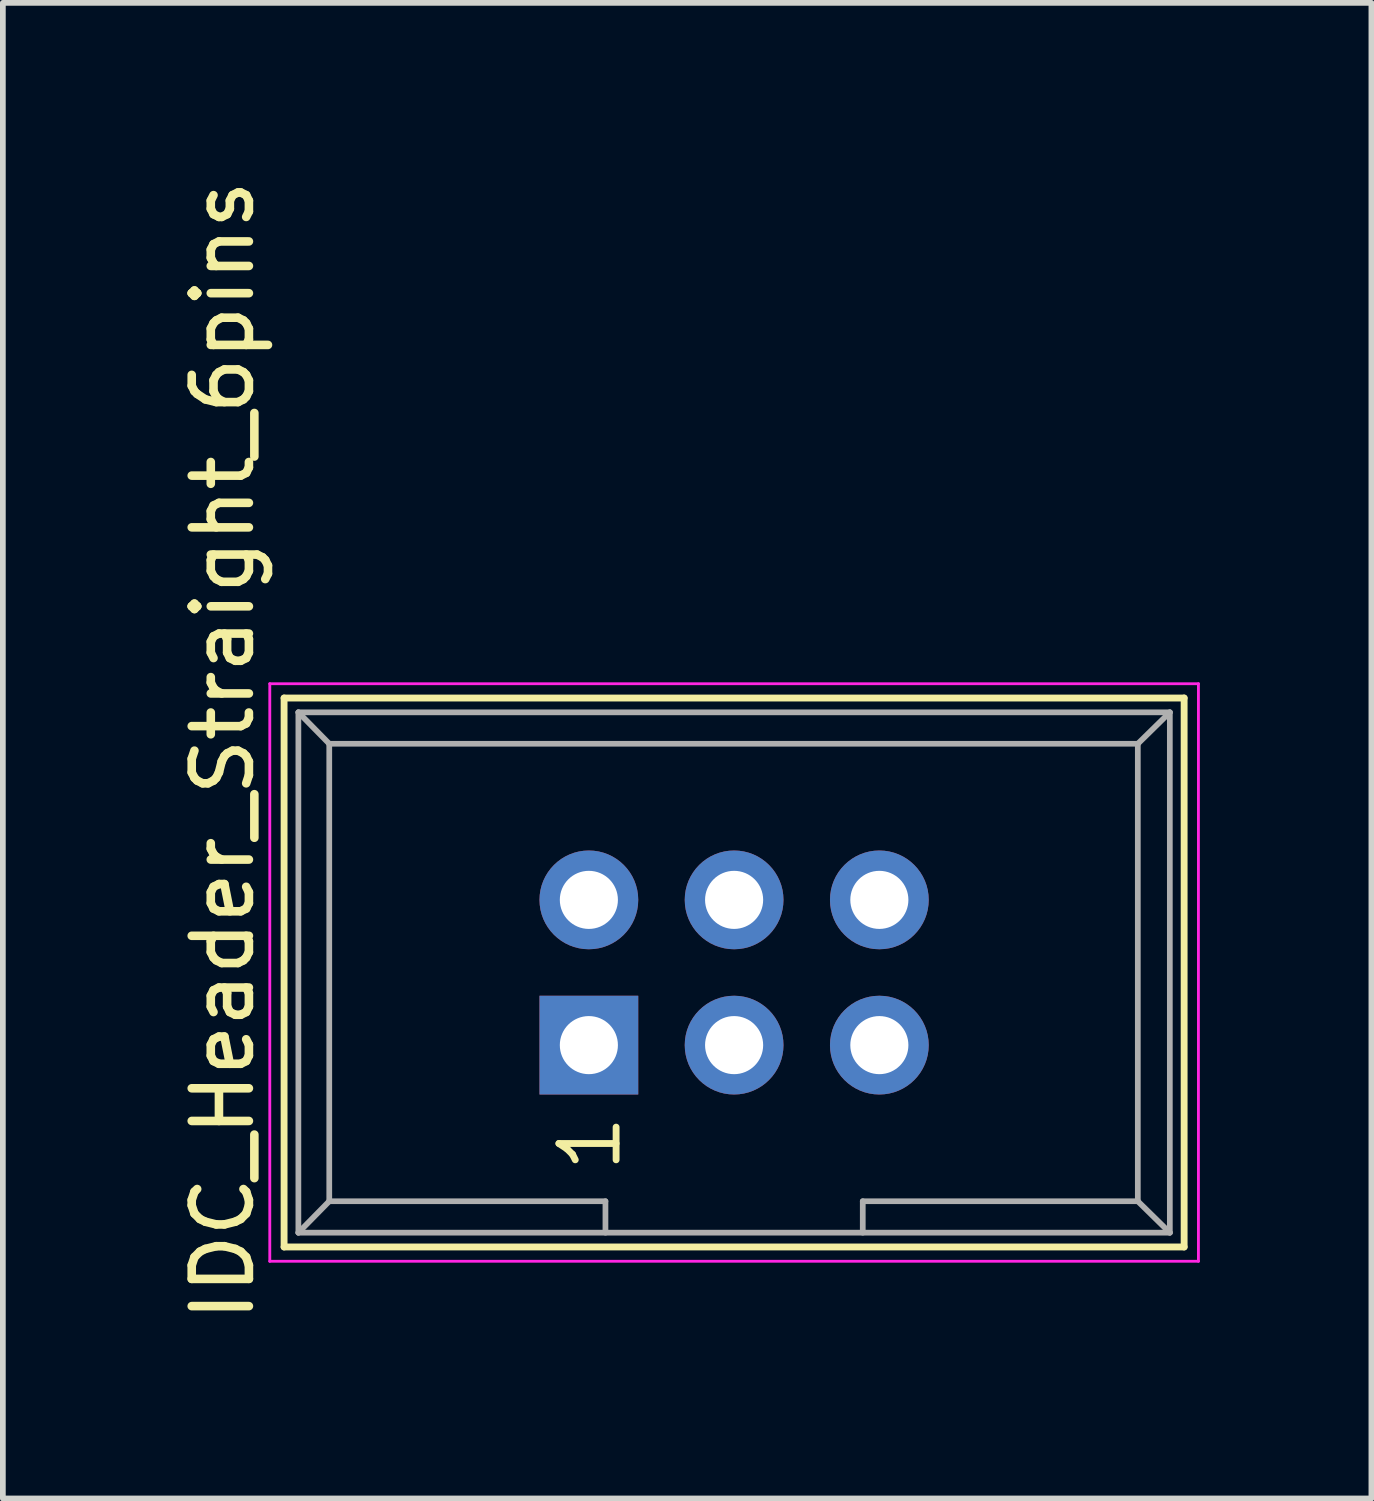
<source format=kicad_pcb>
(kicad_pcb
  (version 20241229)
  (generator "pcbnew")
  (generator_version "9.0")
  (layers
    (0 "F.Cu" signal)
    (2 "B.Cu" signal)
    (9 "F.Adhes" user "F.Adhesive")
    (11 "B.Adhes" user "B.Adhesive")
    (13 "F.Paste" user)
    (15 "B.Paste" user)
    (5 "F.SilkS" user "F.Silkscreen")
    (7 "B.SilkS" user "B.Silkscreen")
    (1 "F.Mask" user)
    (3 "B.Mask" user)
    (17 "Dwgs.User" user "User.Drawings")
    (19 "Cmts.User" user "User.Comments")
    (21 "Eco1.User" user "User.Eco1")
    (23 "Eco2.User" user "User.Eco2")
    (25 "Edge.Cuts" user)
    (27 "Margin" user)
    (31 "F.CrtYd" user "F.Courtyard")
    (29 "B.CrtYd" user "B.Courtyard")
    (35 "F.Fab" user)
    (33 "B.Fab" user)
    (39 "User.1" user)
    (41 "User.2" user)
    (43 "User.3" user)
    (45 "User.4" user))
  (footprint "IDC_Header_Straight_6pins"
    (layer "F.Cu")
    (at 7.248 15.227)
    (property "Reference" "IDC_Header_Straight_6pins" (at -6.4 -5.15 270) (layer "F.SilkS") (effects (font (size 1 1) (thickness 0.15))))
    (attr through_hole)
    (fp_line (start -5.33 -6.07) (end 10.41 -6.07) (stroke (width 0.12) (type solid)) (layer "F.SilkS"))
    (fp_line (start -5.33 3.53) (end -5.33 -6.07) (stroke (width 0.12) (type solid)) (layer "F.SilkS"))
    (fp_line (start 10.41 -6.07) (end 10.41 3.53) (stroke (width 0.12) (type solid)) (layer "F.SilkS"))
    (fp_line (start 10.41 3.53) (end -5.33 3.53) (stroke (width 0.12) (type solid)) (layer "F.SilkS"))
    (fp_line (start -5.58 -6.32) (end 10.66 -6.32) (stroke (width 0.05) (type solid)) (layer "F.CrtYd"))
    (fp_line (start -5.58 3.78) (end -5.58 -6.32) (stroke (width 0.05) (type solid)) (layer "F.CrtYd"))
    (fp_line (start 10.66 -6.32) (end 10.66 3.78) (stroke (width 0.05) (type solid)) (layer "F.CrtYd"))
    (fp_line (start 10.66 3.78) (end -5.58 3.78) (stroke (width 0.05) (type solid)) (layer "F.CrtYd"))
    (fp_line (start -5.08 -5.82) (end -5.08 3.28) (stroke (width 0.1) (type solid)) (layer "F.Fab"))
    (fp_line (start -5.08 -5.82) (end -4.54 -5.27) (stroke (width 0.1) (type solid)) (layer "F.Fab"))
    (fp_line (start -5.08 -5.82) (end 10.16 -5.82) (stroke (width 0.1) (type solid)) (layer "F.Fab"))
    (fp_line (start -5.08 3.28) (end -4.54 2.73) (stroke (width 0.1) (type solid)) (layer "F.Fab"))
    (fp_line (start -5.08 3.28) (end 10.16 3.28) (stroke (width 0.1) (type solid)) (layer "F.Fab"))
    (fp_line (start -4.54 -5.27) (end -4.54 2.73) (stroke (width 0.1) (type solid)) (layer "F.Fab"))
    (fp_line (start -4.54 -5.27) (end 9.6 -5.27) (stroke (width 0.1) (type solid)) (layer "F.Fab"))
    (fp_line (start -4.54 2.73) (end 0.29 2.73) (stroke (width 0.1) (type solid)) (layer "F.Fab"))
    (fp_line (start 0.29 2.73) (end 0.29 3.28) (stroke (width 0.1) (type solid)) (layer "F.Fab"))
    (fp_line (start 4.79 2.73) (end 4.79 3.28) (stroke (width 0.1) (type solid)) (layer "F.Fab"))
    (fp_line (start 4.79 2.73) (end 9.6 2.73) (stroke (width 0.1) (type solid)) (layer "F.Fab"))
    (fp_line (start 9.6 -5.27) (end 9.6 2.73) (stroke (width 0.1) (type solid)) (layer "F.Fab"))
    (fp_line (start 10.16 -5.82) (end 9.6 -5.27) (stroke (width 0.1) (type solid)) (layer "F.Fab"))
    (fp_line (start 10.16 -5.82) (end 10.16 3.28) (stroke (width 0.1) (type solid)) (layer "F.Fab"))
    (fp_line (start 10.16 3.28) (end 9.6 2.73) (stroke (width 0.1) (type solid)) (layer "F.Fab"))
    (fp_text user "1" (at 0.02 1.72 90) (layer "F.SilkS") (effects (font (size 1 1) (thickness 0.12))))
    (pad "1" thru_hole rect (at 0 0) (size 1.727 1.727) (drill 1.016) (layers "*.Cu" "*.Mask"))
    (pad "2" thru_hole oval (at 0 -2.54) (size 1.727 1.727) (drill 1.016) (layers "*.Cu" "*.Mask"))
    (pad "3" thru_hole oval (at 2.54 0) (size 1.727 1.727) (drill 1.016) (layers "*.Cu" "*.Mask"))
    (pad "4" thru_hole oval (at 2.54 -2.54) (size 1.727 1.727) (drill 1.016) (layers "*.Cu" "*.Mask"))
    (pad "5" thru_hole oval (at 5.08 0) (size 1.727 1.727) (drill 1.016) (layers "*.Cu" "*.Mask"))
    (pad "6" thru_hole oval (at 5.08 -2.54) (size 1.727 1.727) (drill 1.016) (layers "*.Cu" "*.Mask")))
  (gr_rect
    (start -3 -3)
    (end 20.933 23.155)
    (stroke (width 0.1) (type default))
    (fill no)
    (layer "Edge.Cuts")))
</source>
